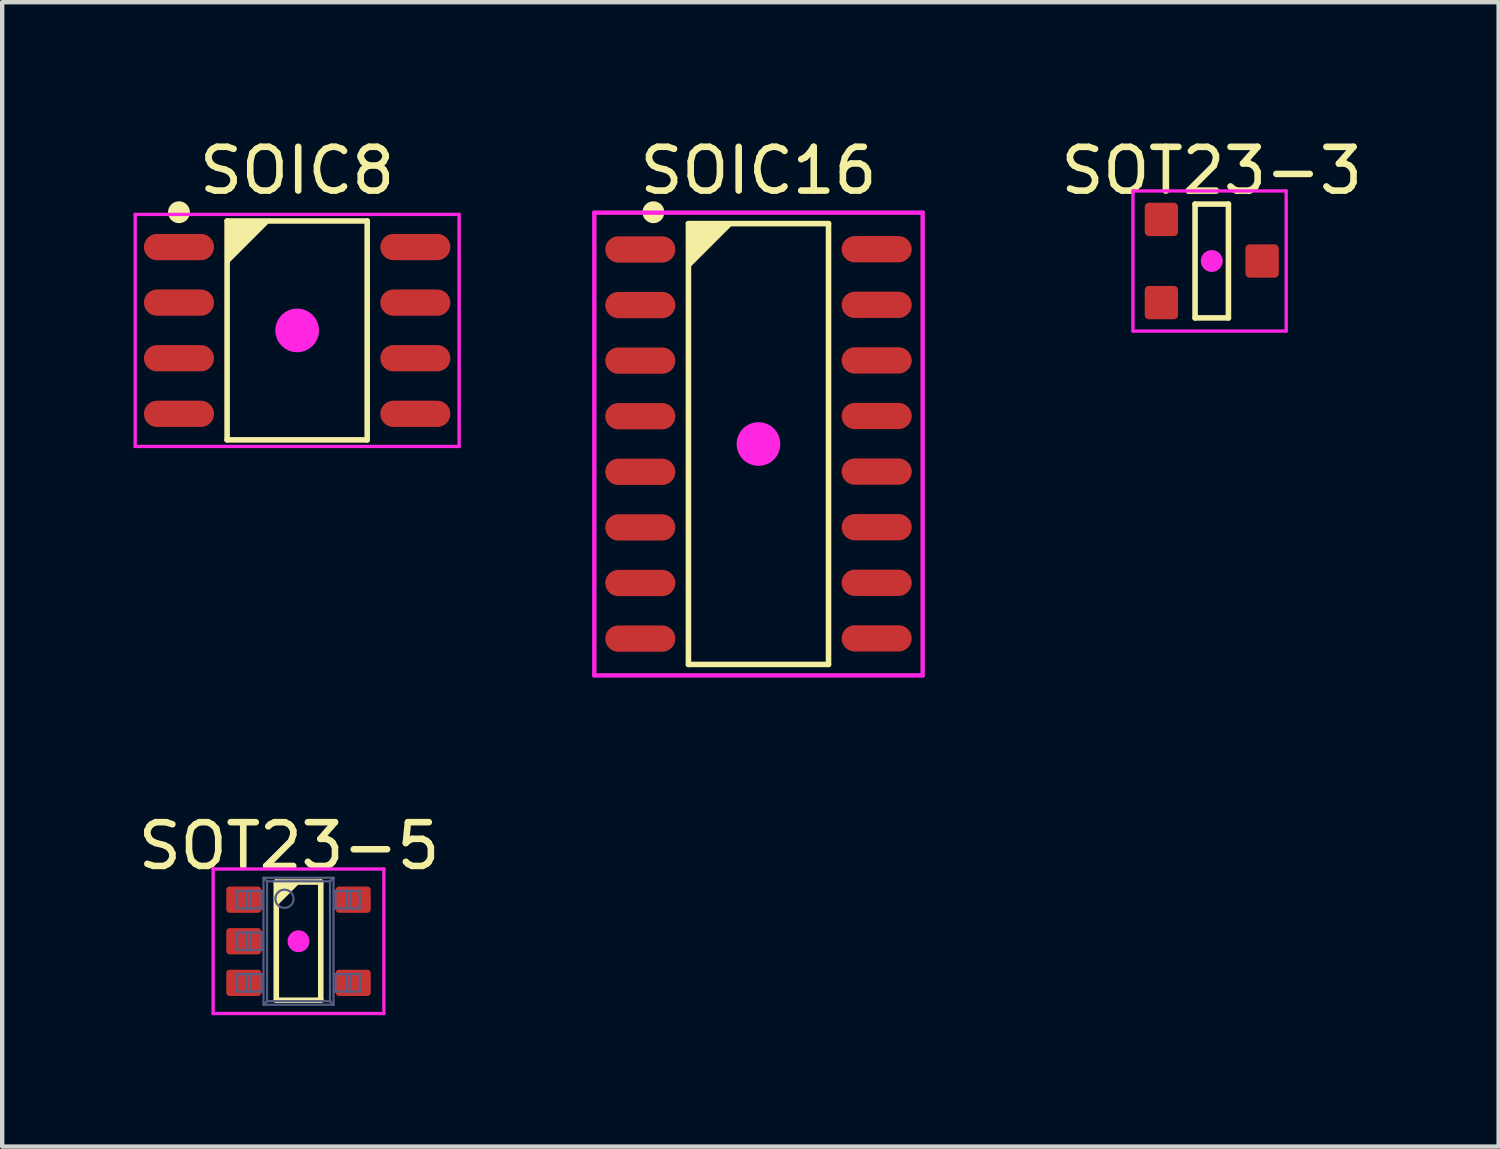
<source format=kicad_pcb>
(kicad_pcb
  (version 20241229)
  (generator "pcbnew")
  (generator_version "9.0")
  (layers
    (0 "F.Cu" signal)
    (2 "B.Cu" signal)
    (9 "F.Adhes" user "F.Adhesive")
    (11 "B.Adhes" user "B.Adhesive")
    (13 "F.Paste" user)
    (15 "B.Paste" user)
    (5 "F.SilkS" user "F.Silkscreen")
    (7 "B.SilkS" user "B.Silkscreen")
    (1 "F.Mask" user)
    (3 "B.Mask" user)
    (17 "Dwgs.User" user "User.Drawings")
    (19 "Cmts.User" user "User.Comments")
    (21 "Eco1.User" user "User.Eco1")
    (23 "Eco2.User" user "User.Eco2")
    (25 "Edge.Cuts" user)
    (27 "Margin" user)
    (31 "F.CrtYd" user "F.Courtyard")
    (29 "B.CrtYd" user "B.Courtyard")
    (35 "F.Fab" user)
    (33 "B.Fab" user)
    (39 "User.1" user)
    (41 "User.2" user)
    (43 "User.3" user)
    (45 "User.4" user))
  (footprint "SOIC16"
    (layer "F.Cu")
    (at 14.276 7.093)
    (property "Reference" "SOIC16" (at 0 -6.245 0) (layer "F.SilkS") (effects (font (size 1 1) (thickness 0.15))))
    (fp_line (start -1.6 -5.035) (end 1.6 -5.035) (stroke (width 0.127) (type solid)) (layer "F.SilkS"))
    (fp_line (start -1.6 5.035) (end -1.6 -5.035) (stroke (width 0.127) (type solid)) (layer "F.SilkS"))
    (fp_line (start -1.6 5.035) (end 1.6 5.035) (stroke (width 0.127) (type solid)) (layer "F.SilkS"))
    (fp_line (start 1.6 5.035) (end 1.6 -5.035) (stroke (width 0.127) (type solid)) (layer "F.SilkS"))
    (fp_circle (center -2.4 -5.295) (end -2.4 -5.42) (stroke (width 0.25) (type solid)) (fill no) (layer "F.SilkS"))
    (fp_poly (pts (xy -1.6 -5) (xy -0.6 -5) (xy -1.6 -4)) (stroke (width 0) (type default)) (fill yes) (layer "F.SilkS"))
    (fp_line (start -3.75 -5.285) (end 3.75 -5.285) (stroke (width 0.1) (type solid)) (layer "F.CrtYd"))
    (fp_line (start -3.75 5.285) (end -3.75 -5.285) (stroke (width 0.1) (type solid)) (layer "F.CrtYd"))
    (fp_line (start -3.75 5.285) (end 3.75 5.285) (stroke (width 0.1) (type solid)) (layer "F.CrtYd"))
    (fp_line (start 3.75 5.285) (end 3.75 -5.285) (stroke (width 0.1) (type solid)) (layer "F.CrtYd"))
    (fp_circle (center 0 0) (end 0 -0.25) (stroke (width 0.5) (type solid)) (fill no) (layer "F.CrtYd"))
    (pad "1" smd oval (at -2.7 -4.445 90) (size 0.6 1.6) (layers "F.Cu" "F.Mask" "F.Paste"))
    (pad "2" smd oval (at -2.7 -3.175 90) (size 0.6 1.6) (layers "F.Cu" "F.Mask" "F.Paste"))
    (pad "3" smd oval (at -2.7 -1.905 90) (size 0.6 1.6) (layers "F.Cu" "F.Mask" "F.Paste"))
    (pad "4" smd oval (at -2.7 -0.635 90) (size 0.6 1.6) (layers "F.Cu" "F.Mask" "F.Paste"))
    (pad "5" smd oval (at -2.7 0.635 90) (size 0.6 1.6) (layers "F.Cu" "F.Mask" "F.Paste"))
    (pad "6" smd oval (at -2.7 1.905 90) (size 0.6 1.6) (layers "F.Cu" "F.Mask" "F.Paste"))
    (pad "7" smd oval (at -2.7 3.175 90) (size 0.6 1.6) (layers "F.Cu" "F.Mask" "F.Paste"))
    (pad "8" smd oval (at -2.7 4.445 90) (size 0.6 1.6) (layers "F.Cu" "F.Mask" "F.Paste"))
    (pad "9" smd oval (at 2.7 4.44 90) (size 0.6 1.6) (layers "F.Cu" "F.Mask" "F.Paste"))
    (pad "10" smd oval (at 2.7 3.17 90) (size 0.6 1.6) (layers "F.Cu" "F.Mask" "F.Paste"))
    (pad "11" smd oval (at 2.7 1.9 90) (size 0.6 1.6) (layers "F.Cu" "F.Mask" "F.Paste"))
    (pad "12" smd oval (at 2.7 0.63 90) (size 0.6 1.6) (layers "F.Cu" "F.Mask" "F.Paste"))
    (pad "13" smd oval (at 2.7 -0.64 90) (size 0.6 1.6) (layers "F.Cu" "F.Mask" "F.Paste"))
    (pad "14" smd oval (at 2.7 -1.91 90) (size 0.6 1.6) (layers "F.Cu" "F.Mask" "F.Paste"))
    (pad "15" smd oval (at 2.7 -3.18 90) (size 0.6 1.6) (layers "F.Cu" "F.Mask" "F.Paste"))
    (pad "16" smd oval (at 2.7 -4.45 90) (size 0.6 1.6) (layers "F.Cu" "F.Mask" "F.Paste")))
  (footprint "SOIC8"
    (layer "F.Cu")
    (at 3.738 4.498)
    (property "Reference" "SOIC8" (at 0 -3.65 0) (layer "F.SilkS") (effects (font (size 1 1) (thickness 0.15))))
    (fp_line (start -1.6 -2.5) (end 1.6 -2.5) (stroke (width 0.127) (type solid)) (layer "F.SilkS"))
    (fp_line (start -1.6 2.5) (end -1.6 -2.5) (stroke (width 0.127) (type solid)) (layer "F.SilkS"))
    (fp_line (start -1.6 2.5) (end 1.6 2.5) (stroke (width 0.127) (type solid)) (layer "F.SilkS"))
    (fp_line (start 1.6 2.5) (end 1.6 -2.5) (stroke (width 0.127) (type solid)) (layer "F.SilkS"))
    (fp_circle (center -2.7 -2.7) (end -2.7 -2.825) (stroke (width 0.25) (type solid)) (fill no) (layer "F.SilkS"))
    (fp_poly (pts (xy -1.6 -2.5) (xy -0.6 -2.5) (xy -1.6 -1.5)) (stroke (width 0) (type default)) (fill yes) (layer "F.SilkS"))
    (fp_line (start -3.7 -2.65) (end 3.7 -2.65) (stroke (width 0.076) (type solid)) (layer "F.CrtYd"))
    (fp_line (start -3.7 2.65) (end -3.7 -2.65) (stroke (width 0.076) (type solid)) (layer "F.CrtYd"))
    (fp_line (start -3.7 2.65) (end 3.7 2.65) (stroke (width 0.076) (type solid)) (layer "F.CrtYd"))
    (fp_line (start 3.7 2.65) (end 3.7 -2.65) (stroke (width 0.076) (type solid)) (layer "F.CrtYd"))
    (fp_circle (center 0 0) (end 0 -0.25) (stroke (width 0.5) (type solid)) (fill no) (layer "F.CrtYd"))
    (pad "1" smd oval (at -2.7 -1.905 90) (size 0.6 1.6) (layers "F.Cu" "F.Mask" "F.Paste"))
    (pad "2" smd oval (at -2.7 -0.635 90) (size 0.6 1.6) (layers "F.Cu" "F.Mask" "F.Paste"))
    (pad "3" smd oval (at -2.7 0.635 90) (size 0.6 1.6) (layers "F.Cu" "F.Mask" "F.Paste"))
    (pad "4" smd oval (at -2.7 1.905 90) (size 0.6 1.6) (layers "F.Cu" "F.Mask" "F.Paste"))
    (pad "5" smd oval (at 2.7 1.905 90) (size 0.6 1.6) (layers "F.Cu" "F.Mask" "F.Paste"))
    (pad "6" smd oval (at 2.7 0.635 90) (size 0.6 1.6) (layers "F.Cu" "F.Mask" "F.Paste"))
    (pad "7" smd oval (at 2.7 -0.635 90) (size 0.6 1.6) (layers "F.Cu" "F.Mask" "F.Paste"))
    (pad "8" smd oval (at 2.7 -1.905 90) (size 0.6 1.6) (layers "F.Cu" "F.Mask" "F.Paste")))
  (footprint "SOT23-5"
    (layer "F.Cu")
    (at 3.769 18.451)
    (property "Reference" "SOT23-5" (at -0.215 -2.175 0) (layer "F.SilkS") (effects (font (size 1 1) (thickness 0.15))))
    (fp_line (start -0.508 -1.353) (end 0.508 -1.353) (stroke (width 0.127) (type solid)) (layer "F.SilkS"))
    (fp_line (start -0.508 1.347) (end -0.508 -1.353) (stroke (width 0.127) (type solid)) (layer "F.SilkS"))
    (fp_line (start -0.508 1.347) (end 0.508 1.347) (stroke (width 0.127) (type solid)) (layer "F.SilkS"))
    (fp_line (start 0.508 -1.353) (end 0.508 1.347) (stroke (width 0.127) (type solid)) (layer "F.SilkS"))
    (fp_poly (pts (xy -0.508 -1.353) (xy 0.053 -1.353) (xy -0.508 -0.792)) (stroke (width 0) (type default)) (fill yes) (layer "F.SilkS"))
    (fp_line (start -1.95 -1.651) (end 1.95 -1.651) (stroke (width 0.076) (type solid)) (layer "F.CrtYd"))
    (fp_line (start -1.95 1.651) (end -1.95 -1.651) (stroke (width 0.076) (type solid)) (layer "F.CrtYd"))
    (fp_line (start -1.95 1.651) (end 1.95 1.651) (stroke (width 0.076) (type solid)) (layer "F.CrtYd"))
    (fp_line (start 1.95 1.651) (end 1.95 -1.651) (stroke (width 0.076) (type solid)) (layer "F.CrtYd"))
    (fp_circle (center 0 0) (end 0 -0.125) (stroke (width 0.25) (type solid)) (fill no) (layer "F.CrtYd"))
    (fp_line (start -1.4 -1.15) (end -0.8 -1.15) (stroke (width 0.05) (type solid)) (layer "B.Fab"))
    (fp_line (start -1.4 -0.75) (end -1.4 -1.15) (stroke (width 0.05) (type solid)) (layer "B.Fab"))
    (fp_line (start -1.4 -0.75) (end -0.8 -0.75) (stroke (width 0.05) (type solid)) (layer "B.Fab"))
    (fp_line (start -1.4 -0.2) (end -0.8 -0.2) (stroke (width 0.05) (type solid)) (layer "B.Fab"))
    (fp_line (start -1.4 0.2) (end -1.4 -0.2) (stroke (width 0.05) (type solid)) (layer "B.Fab"))
    (fp_line (start -1.4 0.2) (end -0.8 0.2) (stroke (width 0.05) (type solid)) (layer "B.Fab"))
    (fp_line (start -1.4 0.75) (end -0.8 0.75) (stroke (width 0.05) (type solid)) (layer "B.Fab"))
    (fp_line (start -1.4 1.15) (end -1.4 0.75) (stroke (width 0.05) (type solid)) (layer "B.Fab"))
    (fp_line (start -1.4 1.15) (end -0.8 1.15) (stroke (width 0.05) (type solid)) (layer "B.Fab"))
    (fp_line (start -1.191 -0.75) (end -1.191 -1.15) (stroke (width 0.05) (type solid)) (layer "B.Fab"))
    (fp_line (start -1.191 0.2) (end -1.191 -0.2) (stroke (width 0.05) (type solid)) (layer "B.Fab"))
    (fp_line (start -1.191 1.15) (end -1.191 0.75) (stroke (width 0.05) (type solid)) (layer "B.Fab"))
    (fp_line (start -1.1 -0.75) (end -1.1 -1.15) (stroke (width 0.05) (type solid)) (layer "B.Fab"))
    (fp_line (start -1.1 0.2) (end -1.1 -0.2) (stroke (width 0.05) (type solid)) (layer "B.Fab"))
    (fp_line (start -1.1 1.15) (end -1.1 0.75) (stroke (width 0.05) (type solid)) (layer "B.Fab"))
    (fp_line (start -1.094 -0.75) (end -1.094 -1.15) (stroke (width 0.05) (type solid)) (layer "B.Fab"))
    (fp_line (start -1.094 0.2) (end -1.094 -0.2) (stroke (width 0.05) (type solid)) (layer "B.Fab"))
    (fp_line (start -1.094 1.15) (end -1.094 0.75) (stroke (width 0.05) (type solid)) (layer "B.Fab"))
    (fp_line (start -0.844 -0.75) (end -0.844 -1.15) (stroke (width 0.05) (type solid)) (layer "B.Fab"))
    (fp_line (start -0.844 0.2) (end -0.844 -0.2) (stroke (width 0.05) (type solid)) (layer "B.Fab"))
    (fp_line (start -0.844 1.15) (end -0.844 0.75) (stroke (width 0.05) (type solid)) (layer "B.Fab"))
    (fp_line (start -0.8 -1.45) (end -0.719 -1.369) (stroke (width 0.05) (type solid)) (layer "B.Fab"))
    (fp_line (start -0.8 -1.45) (end 0.8 -1.45) (stroke (width 0.05) (type solid)) (layer "B.Fab"))
    (fp_line (start -0.8 1.45) (end -0.8 -1.45) (stroke (width 0.05) (type solid)) (layer "B.Fab"))
    (fp_line (start -0.8 1.45) (end -0.719 1.369) (stroke (width 0.05) (type solid)) (layer "B.Fab"))
    (fp_line (start -0.8 1.45) (end 0.8 1.45) (stroke (width 0.05) (type solid)) (layer "B.Fab"))
    (fp_line (start -0.719 -1.369) (end 0.719 -1.369) (stroke (width 0.05) (type solid)) (layer "B.Fab"))
    (fp_line (start -0.719 1.369) (end -0.719 -1.369) (stroke (width 0.05) (type solid)) (layer "B.Fab"))
    (fp_line (start -0.719 1.369) (end 0.719 1.369) (stroke (width 0.05) (type solid)) (layer "B.Fab"))
    (fp_line (start 0.719 -1.369) (end 0.8 -1.45) (stroke (width 0.05) (type solid)) (layer "B.Fab"))
    (fp_line (start 0.719 1.369) (end 0.719 -1.369) (stroke (width 0.05) (type solid)) (layer "B.Fab"))
    (fp_line (start 0.719 1.369) (end 0.8 1.45) (stroke (width 0.05) (type solid)) (layer "B.Fab"))
    (fp_line (start 0.8 -1.15) (end 1.4 -1.15) (stroke (width 0.05) (type solid)) (layer "B.Fab"))
    (fp_line (start 0.8 -0.75) (end 1.4 -0.75) (stroke (width 0.05) (type solid)) (layer "B.Fab"))
    (fp_line (start 0.8 0.75) (end 1.4 0.75) (stroke (width 0.05) (type solid)) (layer "B.Fab"))
    (fp_line (start 0.8 1.15) (end 1.4 1.15) (stroke (width 0.05) (type solid)) (layer "B.Fab"))
    (fp_line (start 0.8 1.45) (end 0.8 -1.45) (stroke (width 0.05) (type solid)) (layer "B.Fab"))
    (fp_line (start 0.844 -0.75) (end 0.844 -1.15) (stroke (width 0.05) (type solid)) (layer "B.Fab"))
    (fp_line (start 0.844 1.15) (end 0.844 0.75) (stroke (width 0.05) (type solid)) (layer "B.Fab"))
    (fp_line (start 1.094 -0.75) (end 1.094 -1.15) (stroke (width 0.05) (type solid)) (layer "B.Fab"))
    (fp_line (start 1.094 1.15) (end 1.094 0.75) (stroke (width 0.05) (type solid)) (layer "B.Fab"))
    (fp_line (start 1.1 -0.75) (end 1.1 -1.15) (stroke (width 0.05) (type solid)) (layer "B.Fab"))
    (fp_line (start 1.1 1.15) (end 1.1 0.75) (stroke (width 0.05) (type solid)) (layer "B.Fab"))
    (fp_line (start 1.191 -0.75) (end 1.191 -1.15) (stroke (width 0.05) (type solid)) (layer "B.Fab"))
    (fp_line (start 1.191 1.15) (end 1.191 0.75) (stroke (width 0.05) (type solid)) (layer "B.Fab"))
    (fp_line (start 1.4 -0.75) (end 1.4 -1.15) (stroke (width 0.05) (type solid)) (layer "B.Fab"))
    (fp_line (start 1.4 1.15) (end 1.4 0.75) (stroke (width 0.05) (type solid)) (layer "B.Fab"))
    (fp_circle (center -0.32 -0.97) (end -0.32 -1.178) (stroke (width 0.05) (type solid)) (fill no) (layer "B.Fab"))
    (pad "1" smd roundrect (at -1.25 -0.95 270) (size 0.6 0.8) (layers "F.Cu" "F.Mask" "F.Paste") (roundrect_rratio 0.125))
    (pad "2" smd roundrect (at -1.25 0 270) (size 0.6 0.8) (layers "F.Cu" "F.Mask" "F.Paste") (roundrect_rratio 0.125))
    (pad "3" smd roundrect (at -1.25 0.95 270) (size 0.6 0.8) (layers "F.Cu" "F.Mask" "F.Paste") (roundrect_rratio 0.125))
    (pad "4" smd roundrect (at 1.25 0.95 270) (size 0.6 0.8) (layers "F.Cu" "F.Mask" "F.Paste") (roundrect_rratio 0.125))
    (pad "5" smd roundrect (at 1.25 -0.95 270) (size 0.6 0.8) (layers "F.Cu" "F.Mask" "F.Paste") (roundrect_rratio 0.125)))
  (footprint "SOT23-3"
    (layer "F.Cu")
    (at 24.63 2.912)
    (property "Reference" "SOT23-3" (at 0 -2.063 0) (layer "F.SilkS") (effects (font (size 1 1) (thickness 0.15))))
    (fp_line (start -0.381 -1.3) (end 0.381 -1.3) (stroke (width 0.127) (type solid)) (layer "F.SilkS"))
    (fp_line (start -0.381 1.3) (end -0.381 -1.3) (stroke (width 0.127) (type solid)) (layer "F.SilkS"))
    (fp_line (start -0.381 1.3) (end 0.381 1.3) (stroke (width 0.127) (type solid)) (layer "F.SilkS"))
    (fp_line (start 0.381 1.3) (end 0.381 -1.3) (stroke (width 0.127) (type solid)) (layer "F.SilkS"))
    (fp_line (start -1.8 -1.6) (end 1.7 -1.6) (stroke (width 0.076) (type solid)) (layer "F.CrtYd"))
    (fp_line (start -1.8 1.6) (end -1.8 -1.6) (stroke (width 0.076) (type solid)) (layer "F.CrtYd"))
    (fp_line (start -1.8 1.6) (end 1.7 1.6) (stroke (width 0.076) (type solid)) (layer "F.CrtYd"))
    (fp_line (start 1.7 1.6) (end 1.7 -1.6) (stroke (width 0.076) (type solid)) (layer "F.CrtYd"))
    (fp_circle (center 0 0) (end 0 -0.125) (stroke (width 0.25) (type solid)) (fill no) (layer "F.CrtYd"))
    (pad "1" smd roundrect (at -1.15 -0.95 270) (size 0.762 0.762) (layers "F.Cu" "F.Mask" "F.Paste") (roundrect_rratio 0.125))
    (pad "2" smd roundrect (at -1.15 0.95 270) (size 0.762 0.762) (layers "F.Cu" "F.Mask" "F.Paste") (roundrect_rratio 0.125))
    (pad "3" smd roundrect (at 1.15 0 270) (size 0.762 0.762) (layers "F.Cu" "F.Mask" "F.Paste") (roundrect_rratio 0.125)))
  (gr_rect
    (start -3 -3)
    (end 31.183 23.141)
    (stroke (width 0.1) (type default))
    (fill no)
    (layer "Edge.Cuts")))
</source>
